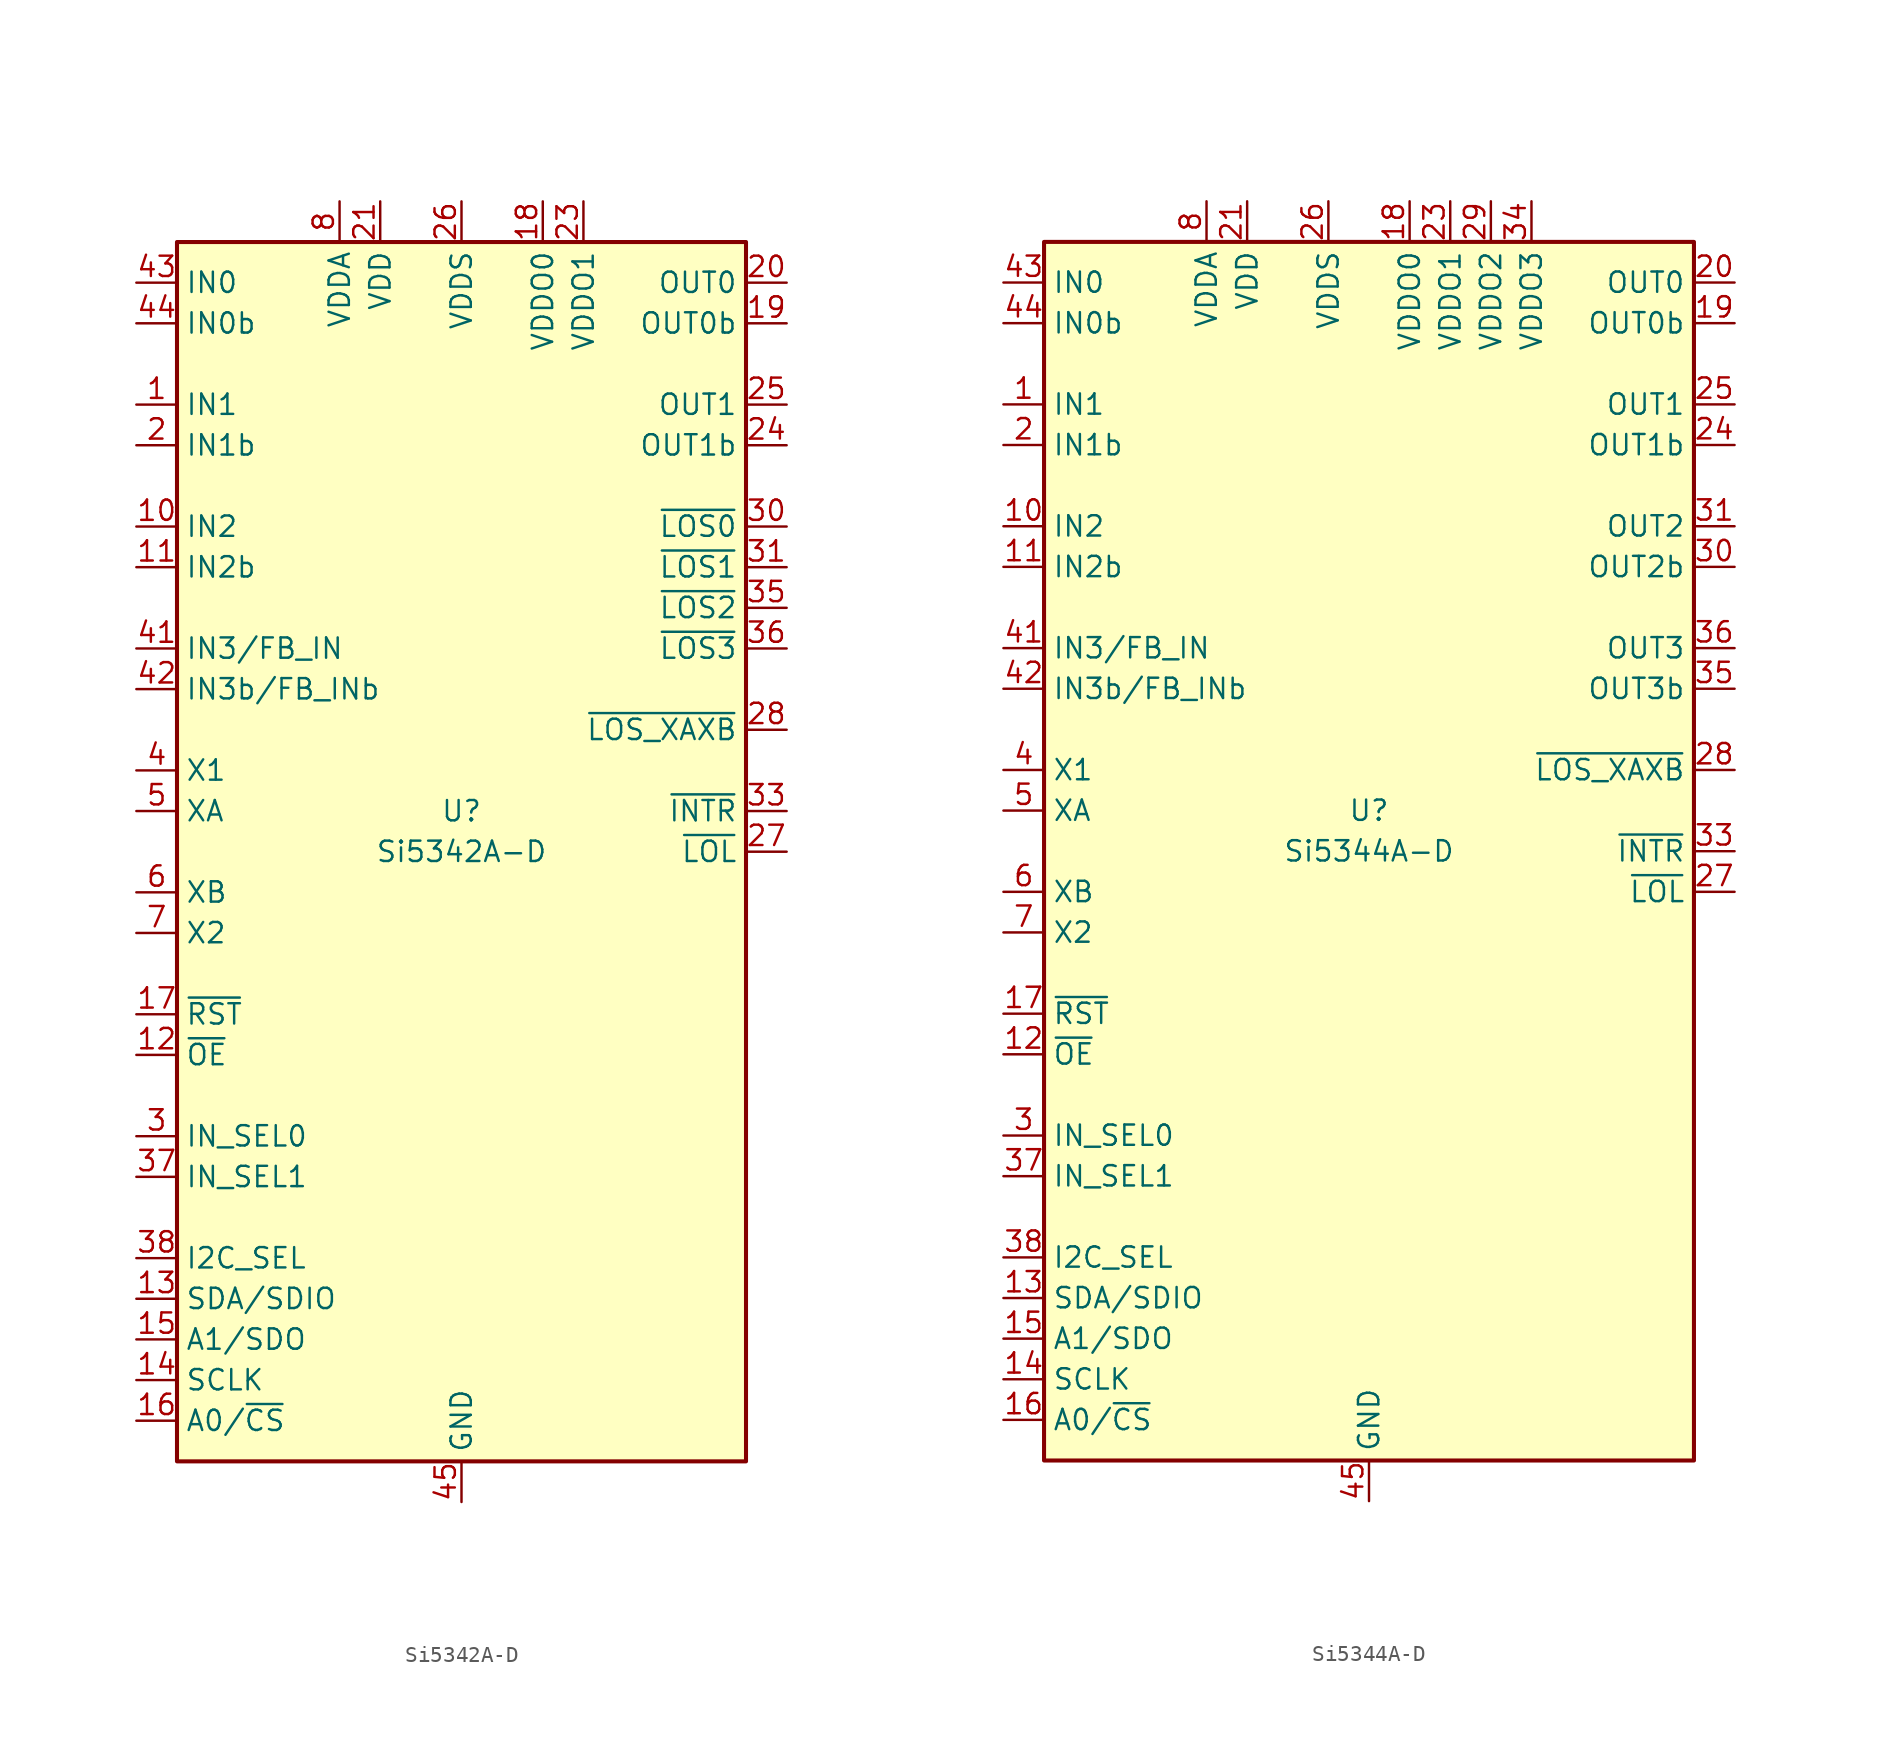
<source format=kicad_sym>
(kicad_symbol_lib
  (version 20200908)
  (generator kicad_symbol_editor)
  (symbol "Timer_PLL:Si5342A-D"
    (property "Reference" "U"
      (at 0 2.54 0)
      (effects (font (size 1.27 1.27))))
    (property "Value" "Si5342A-D"
      (at 0 0 0)
      (effects (font (size 1.27 1.27))))
    (symbol "Si5342A-D_0_1"
      (rectangle (start -17.78 38.1) (end 17.78 -38.1) (stroke (width 0.254)) (fill (type background))))
    (symbol "Si5342A-D_1_1"
      (pin input line (at -20.32 27.94 0) (length 2.54) (name "IN1" (effects (font (size 1.27 1.27)))) (number "1" (effects (font (size 1.27 1.27)))))
      (pin input line (at -20.32 20.32 0) (length 2.54) (name "IN2" (effects (font (size 1.27 1.27)))) (number "10" (effects (font (size 1.27 1.27)))))
      (pin input line (at -20.32 17.78 0) (length 2.54) (name "IN2b" (effects (font (size 1.27 1.27)))) (number "11" (effects (font (size 1.27 1.27)))))
      (pin input line (at -20.32 -12.7 0) (length 2.54) (name "~OE" (effects (font (size 1.27 1.27)))) (number "12" (effects (font (size 1.27 1.27)))))
      (pin bidirectional line (at -20.32 -27.94 0) (length 2.54) (name "SDA/SDIO" (effects (font (size 1.27 1.27)))) (number "13" (effects (font (size 1.27 1.27)))))
      (pin input line (at -20.32 -33.02 0) (length 2.54) (name "SCLK" (effects (font (size 1.27 1.27)))) (number "14" (effects (font (size 1.27 1.27)))))
      (pin bidirectional line (at -20.32 -30.48 0) (length 2.54) (name "A1/SDO" (effects (font (size 1.27 1.27)))) (number "15" (effects (font (size 1.27 1.27)))))
      (pin input line (at -20.32 -35.56 0) (length 2.54) (name "A0/~CS" (effects (font (size 1.27 1.27)))) (number "16" (effects (font (size 1.27 1.27)))))
      (pin input line (at -20.32 -10.16 0) (length 2.54) (name "~RST" (effects (font (size 1.27 1.27)))) (number "17" (effects (font (size 1.27 1.27)))))
      (pin power_in line (at 5.08 40.64 270) (length 2.54) (name "VDDO0" (effects (font (size 1.27 1.27)))) (number "18" (effects (font (size 1.27 1.27)))))
      (pin output line (at 20.32 33.02 180) (length 2.54) (name "OUT0b" (effects (font (size 1.27 1.27)))) (number "19" (effects (font (size 1.27 1.27)))))
      (pin input line (at -20.32 25.4 0) (length 2.54) (name "IN1b" (effects (font (size 1.27 1.27)))) (number "2" (effects (font (size 1.27 1.27)))))
      (pin output line (at 20.32 35.56 180) (length 2.54) (name "OUT0" (effects (font (size 1.27 1.27)))) (number "20" (effects (font (size 1.27 1.27)))))
      (pin power_in line (at -5.08 40.64 270) (length 2.54) (name "VDD" (effects (font (size 1.27 1.27)))) (number "21" (effects (font (size 1.27 1.27)))))
      (pin unconnected line (at 17.78 -35.56 180) (length 2.54) hide (name "NC" (effects (font (size 1.27 1.27)))) (number "22" (effects (font (size 1.27 1.27)))))
      (pin power_in line (at 7.62 40.64 270) (length 2.54) (name "VDDO1" (effects (font (size 1.27 1.27)))) (number "23" (effects (font (size 1.27 1.27)))))
      (pin output line (at 20.32 25.4 180) (length 2.54) (name "OUT1b" (effects (font (size 1.27 1.27)))) (number "24" (effects (font (size 1.27 1.27)))))
      (pin output line (at 20.32 27.94 180) (length 2.54) (name "OUT1" (effects (font (size 1.27 1.27)))) (number "25" (effects (font (size 1.27 1.27)))))
      (pin power_in line (at 0 40.64 270) (length 2.54) (name "VDDS" (effects (font (size 1.27 1.27)))) (number "26" (effects (font (size 1.27 1.27)))))
      (pin output line (at 20.32 0 180) (length 2.54) (name "~LOL" (effects (font (size 1.27 1.27)))) (number "27" (effects (font (size 1.27 1.27)))))
      (pin output line (at 20.32 7.62 180) (length 2.54) (name "~LOS_XAXB" (effects (font (size 1.27 1.27)))) (number "28" (effects (font (size 1.27 1.27)))))
      (pin passive line (at 0 40.64 270) (length 2.54) hide (name "VDDS" (effects (font (size 1.27 1.27)))) (number "29" (effects (font (size 1.27 1.27)))))
      (pin input line (at -20.32 -17.78 0) (length 2.54) (name "IN_SEL0" (effects (font (size 1.27 1.27)))) (number "3" (effects (font (size 1.27 1.27)))))
      (pin output line (at 20.32 20.32 180) (length 2.54) (name "~LOS0" (effects (font (size 1.27 1.27)))) (number "30" (effects (font (size 1.27 1.27)))))
      (pin output line (at 20.32 17.78 180) (length 2.54) (name "~LOS1" (effects (font (size 1.27 1.27)))) (number "31" (effects (font (size 1.27 1.27)))))
      (pin passive line (at -5.08 40.64 270) (length 2.54) hide (name "VDD" (effects (font (size 1.27 1.27)))) (number "32" (effects (font (size 1.27 1.27)))))
      (pin output line (at 20.32 2.54 180) (length 2.54) (name "~INTR" (effects (font (size 1.27 1.27)))) (number "33" (effects (font (size 1.27 1.27)))))
      (pin passive line (at 0 40.64 270) (length 2.54) hide (name "VDDS" (effects (font (size 1.27 1.27)))) (number "34" (effects (font (size 1.27 1.27)))))
      (pin output line (at 20.32 15.24 180) (length 2.54) (name "~LOS2" (effects (font (size 1.27 1.27)))) (number "35" (effects (font (size 1.27 1.27)))))
      (pin output line (at 20.32 12.7 180) (length 2.54) (name "~LOS3" (effects (font (size 1.27 1.27)))) (number "36" (effects (font (size 1.27 1.27)))))
      (pin input line (at -20.32 -20.32 0) (length 2.54) (name "IN_SEL1" (effects (font (size 1.27 1.27)))) (number "37" (effects (font (size 1.27 1.27)))))
      (pin input line (at -20.32 -25.4 0) (length 2.54) (name "I2C_SEL" (effects (font (size 1.27 1.27)))) (number "38" (effects (font (size 1.27 1.27)))))
      (pin passive line (at -5.08 40.64 270) (length 2.54) hide (name "VDD" (effects (font (size 1.27 1.27)))) (number "39" (effects (font (size 1.27 1.27)))))
      (pin input line (at -20.32 5.08 0) (length 2.54) (name "X1" (effects (font (size 1.27 1.27)))) (number "4" (effects (font (size 1.27 1.27)))))
      (pin passive line (at -5.08 40.64 270) (length 2.54) hide (name "VDD" (effects (font (size 1.27 1.27)))) (number "40" (effects (font (size 1.27 1.27)))))
      (pin input line (at -20.32 12.7 0) (length 2.54) (name "IN3/FB_IN" (effects (font (size 1.27 1.27)))) (number "41" (effects (font (size 1.27 1.27)))))
      (pin input line (at -20.32 10.16 0) (length 2.54) (name "IN3b/FB_INb" (effects (font (size 1.27 1.27)))) (number "42" (effects (font (size 1.27 1.27)))))
      (pin input line (at -20.32 35.56 0) (length 2.54) (name "IN0" (effects (font (size 1.27 1.27)))) (number "43" (effects (font (size 1.27 1.27)))))
      (pin input line (at -20.32 33.02 0) (length 2.54) (name "IN0b" (effects (font (size 1.27 1.27)))) (number "44" (effects (font (size 1.27 1.27)))))
      (pin power_in line (at 0 -40.64 90) (length 2.54) (name "GND" (effects (font (size 1.27 1.27)))) (number "45" (effects (font (size 1.27 1.27)))))
      (pin input line (at -20.32 2.54 0) (length 2.54) (name "XA" (effects (font (size 1.27 1.27)))) (number "5" (effects (font (size 1.27 1.27)))))
      (pin input line (at -20.32 -2.54 0) (length 2.54) (name "XB" (effects (font (size 1.27 1.27)))) (number "6" (effects (font (size 1.27 1.27)))))
      (pin input line (at -20.32 -5.08 0) (length 2.54) (name "X2" (effects (font (size 1.27 1.27)))) (number "7" (effects (font (size 1.27 1.27)))))
      (pin power_in line (at -7.62 40.64 270) (length 2.54) (name "VDDA" (effects (font (size 1.27 1.27)))) (number "8" (effects (font (size 1.27 1.27)))))
      (pin passive line (at -7.62 40.64 270) (length 2.54) hide (name "VDDA" (effects (font (size 1.27 1.27)))) (number "9" (effects (font (size 1.27 1.27)))))))
  (symbol "Timer_PLL:Si5344A-D"
    (property "Reference" "U"
      (at 0 2.54 0)
      (effects (font (size 1.27 1.27))))
    (property "Value" "Si5344A-D"
      (at 0 0 0)
      (effects (font (size 1.27 1.27))))
    (symbol "Si5344A-D_0_1"
      (rectangle (start -20.32 38.1) (end 20.32 -38.1) (stroke (width 0.254)) (fill (type background))))
    (symbol "Si5344A-D_1_1"
      (pin input line (at -22.86 27.94 0) (length 2.54) (name "IN1" (effects (font (size 1.27 1.27)))) (number "1" (effects (font (size 1.27 1.27)))))
      (pin input line (at -22.86 20.32 0) (length 2.54) (name "IN2" (effects (font (size 1.27 1.27)))) (number "10" (effects (font (size 1.27 1.27)))))
      (pin input line (at -22.86 17.78 0) (length 2.54) (name "IN2b" (effects (font (size 1.27 1.27)))) (number "11" (effects (font (size 1.27 1.27)))))
      (pin input line (at -22.86 -12.7 0) (length 2.54) (name "~OE" (effects (font (size 1.27 1.27)))) (number "12" (effects (font (size 1.27 1.27)))))
      (pin bidirectional line (at -22.86 -27.94 0) (length 2.54) (name "SDA/SDIO" (effects (font (size 1.27 1.27)))) (number "13" (effects (font (size 1.27 1.27)))))
      (pin input line (at -22.86 -33.02 0) (length 2.54) (name "SCLK" (effects (font (size 1.27 1.27)))) (number "14" (effects (font (size 1.27 1.27)))))
      (pin bidirectional line (at -22.86 -30.48 0) (length 2.54) (name "A1/SDO" (effects (font (size 1.27 1.27)))) (number "15" (effects (font (size 1.27 1.27)))))
      (pin input line (at -22.86 -35.56 0) (length 2.54) (name "A0/~CS" (effects (font (size 1.27 1.27)))) (number "16" (effects (font (size 1.27 1.27)))))
      (pin input line (at -22.86 -10.16 0) (length 2.54) (name "~RST" (effects (font (size 1.27 1.27)))) (number "17" (effects (font (size 1.27 1.27)))))
      (pin power_in line (at 2.54 40.64 270) (length 2.54) (name "VDDO0" (effects (font (size 1.27 1.27)))) (number "18" (effects (font (size 1.27 1.27)))))
      (pin output line (at 22.86 33.02 180) (length 2.54) (name "OUT0b" (effects (font (size 1.27 1.27)))) (number "19" (effects (font (size 1.27 1.27)))))
      (pin input line (at -22.86 25.4 0) (length 2.54) (name "IN1b" (effects (font (size 1.27 1.27)))) (number "2" (effects (font (size 1.27 1.27)))))
      (pin output line (at 22.86 35.56 180) (length 2.54) (name "OUT0" (effects (font (size 1.27 1.27)))) (number "20" (effects (font (size 1.27 1.27)))))
      (pin power_in line (at -7.62 40.64 270) (length 2.54) (name "VDD" (effects (font (size 1.27 1.27)))) (number "21" (effects (font (size 1.27 1.27)))))
      (pin unconnected line (at 20.32 -35.56 180) (length 2.54) hide (name "NC" (effects (font (size 1.27 1.27)))) (number "22" (effects (font (size 1.27 1.27)))))
      (pin power_in line (at 5.08 40.64 270) (length 2.54) (name "VDDO1" (effects (font (size 1.27 1.27)))) (number "23" (effects (font (size 1.27 1.27)))))
      (pin output line (at 22.86 25.4 180) (length 2.54) (name "OUT1b" (effects (font (size 1.27 1.27)))) (number "24" (effects (font (size 1.27 1.27)))))
      (pin output line (at 22.86 27.94 180) (length 2.54) (name "OUT1" (effects (font (size 1.27 1.27)))) (number "25" (effects (font (size 1.27 1.27)))))
      (pin power_in line (at -2.54 40.64 270) (length 2.54) (name "VDDS" (effects (font (size 1.27 1.27)))) (number "26" (effects (font (size 1.27 1.27)))))
      (pin output line (at 22.86 -2.54 180) (length 2.54) (name "~LOL" (effects (font (size 1.27 1.27)))) (number "27" (effects (font (size 1.27 1.27)))))
      (pin output line (at 22.86 5.08 180) (length 2.54) (name "~LOS_XAXB" (effects (font (size 1.27 1.27)))) (number "28" (effects (font (size 1.27 1.27)))))
      (pin power_in line (at 7.62 40.64 270) (length 2.54) (name "VDDO2" (effects (font (size 1.27 1.27)))) (number "29" (effects (font (size 1.27 1.27)))))
      (pin input line (at -22.86 -17.78 0) (length 2.54) (name "IN_SEL0" (effects (font (size 1.27 1.27)))) (number "3" (effects (font (size 1.27 1.27)))))
      (pin output line (at 22.86 17.78 180) (length 2.54) (name "OUT2b" (effects (font (size 1.27 1.27)))) (number "30" (effects (font (size 1.27 1.27)))))
      (pin output line (at 22.86 20.32 180) (length 2.54) (name "OUT2" (effects (font (size 1.27 1.27)))) (number "31" (effects (font (size 1.27 1.27)))))
      (pin passive line (at -7.62 40.64 270) (length 2.54) hide (name "VDD" (effects (font (size 1.27 1.27)))) (number "32" (effects (font (size 1.27 1.27)))))
      (pin output line (at 22.86 0 180) (length 2.54) (name "~INTR" (effects (font (size 1.27 1.27)))) (number "33" (effects (font (size 1.27 1.27)))))
      (pin power_in line (at 10.16 40.64 270) (length 2.54) (name "VDDO3" (effects (font (size 1.27 1.27)))) (number "34" (effects (font (size 1.27 1.27)))))
      (pin output line (at 22.86 10.16 180) (length 2.54) (name "OUT3b" (effects (font (size 1.27 1.27)))) (number "35" (effects (font (size 1.27 1.27)))))
      (pin output line (at 22.86 12.7 180) (length 2.54) (name "OUT3" (effects (font (size 1.27 1.27)))) (number "36" (effects (font (size 1.27 1.27)))))
      (pin input line (at -22.86 -20.32 0) (length 2.54) (name "IN_SEL1" (effects (font (size 1.27 1.27)))) (number "37" (effects (font (size 1.27 1.27)))))
      (pin input line (at -22.86 -25.4 0) (length 2.54) (name "I2C_SEL" (effects (font (size 1.27 1.27)))) (number "38" (effects (font (size 1.27 1.27)))))
      (pin passive line (at -7.62 40.64 270) (length 2.54) hide (name "VDD" (effects (font (size 1.27 1.27)))) (number "39" (effects (font (size 1.27 1.27)))))
      (pin input line (at -22.86 5.08 0) (length 2.54) (name "X1" (effects (font (size 1.27 1.27)))) (number "4" (effects (font (size 1.27 1.27)))))
      (pin passive line (at -7.62 40.64 270) (length 2.54) hide (name "VDD" (effects (font (size 1.27 1.27)))) (number "40" (effects (font (size 1.27 1.27)))))
      (pin input line (at -22.86 12.7 0) (length 2.54) (name "IN3/FB_IN" (effects (font (size 1.27 1.27)))) (number "41" (effects (font (size 1.27 1.27)))))
      (pin input line (at -22.86 10.16 0) (length 2.54) (name "IN3b/FB_INb" (effects (font (size 1.27 1.27)))) (number "42" (effects (font (size 1.27 1.27)))))
      (pin input line (at -22.86 35.56 0) (length 2.54) (name "IN0" (effects (font (size 1.27 1.27)))) (number "43" (effects (font (size 1.27 1.27)))))
      (pin input line (at -22.86 33.02 0) (length 2.54) (name "IN0b" (effects (font (size 1.27 1.27)))) (number "44" (effects (font (size 1.27 1.27)))))
      (pin power_in line (at 0 -40.64 90) (length 2.54) (name "GND" (effects (font (size 1.27 1.27)))) (number "45" (effects (font (size 1.27 1.27)))))
      (pin input line (at -22.86 2.54 0) (length 2.54) (name "XA" (effects (font (size 1.27 1.27)))) (number "5" (effects (font (size 1.27 1.27)))))
      (pin input line (at -22.86 -2.54 0) (length 2.54) (name "XB" (effects (font (size 1.27 1.27)))) (number "6" (effects (font (size 1.27 1.27)))))
      (pin input line (at -22.86 -5.08 0) (length 2.54) (name "X2" (effects (font (size 1.27 1.27)))) (number "7" (effects (font (size 1.27 1.27)))))
      (pin power_in line (at -10.16 40.64 270) (length 2.54) (name "VDDA" (effects (font (size 1.27 1.27)))) (number "8" (effects (font (size 1.27 1.27)))))
      (pin passive line (at -10.16 40.64 270) (length 2.54) hide (name "VDDA" (effects (font (size 1.27 1.27)))) (number "9" (effects (font (size 1.27 1.27))))))))
</source>
